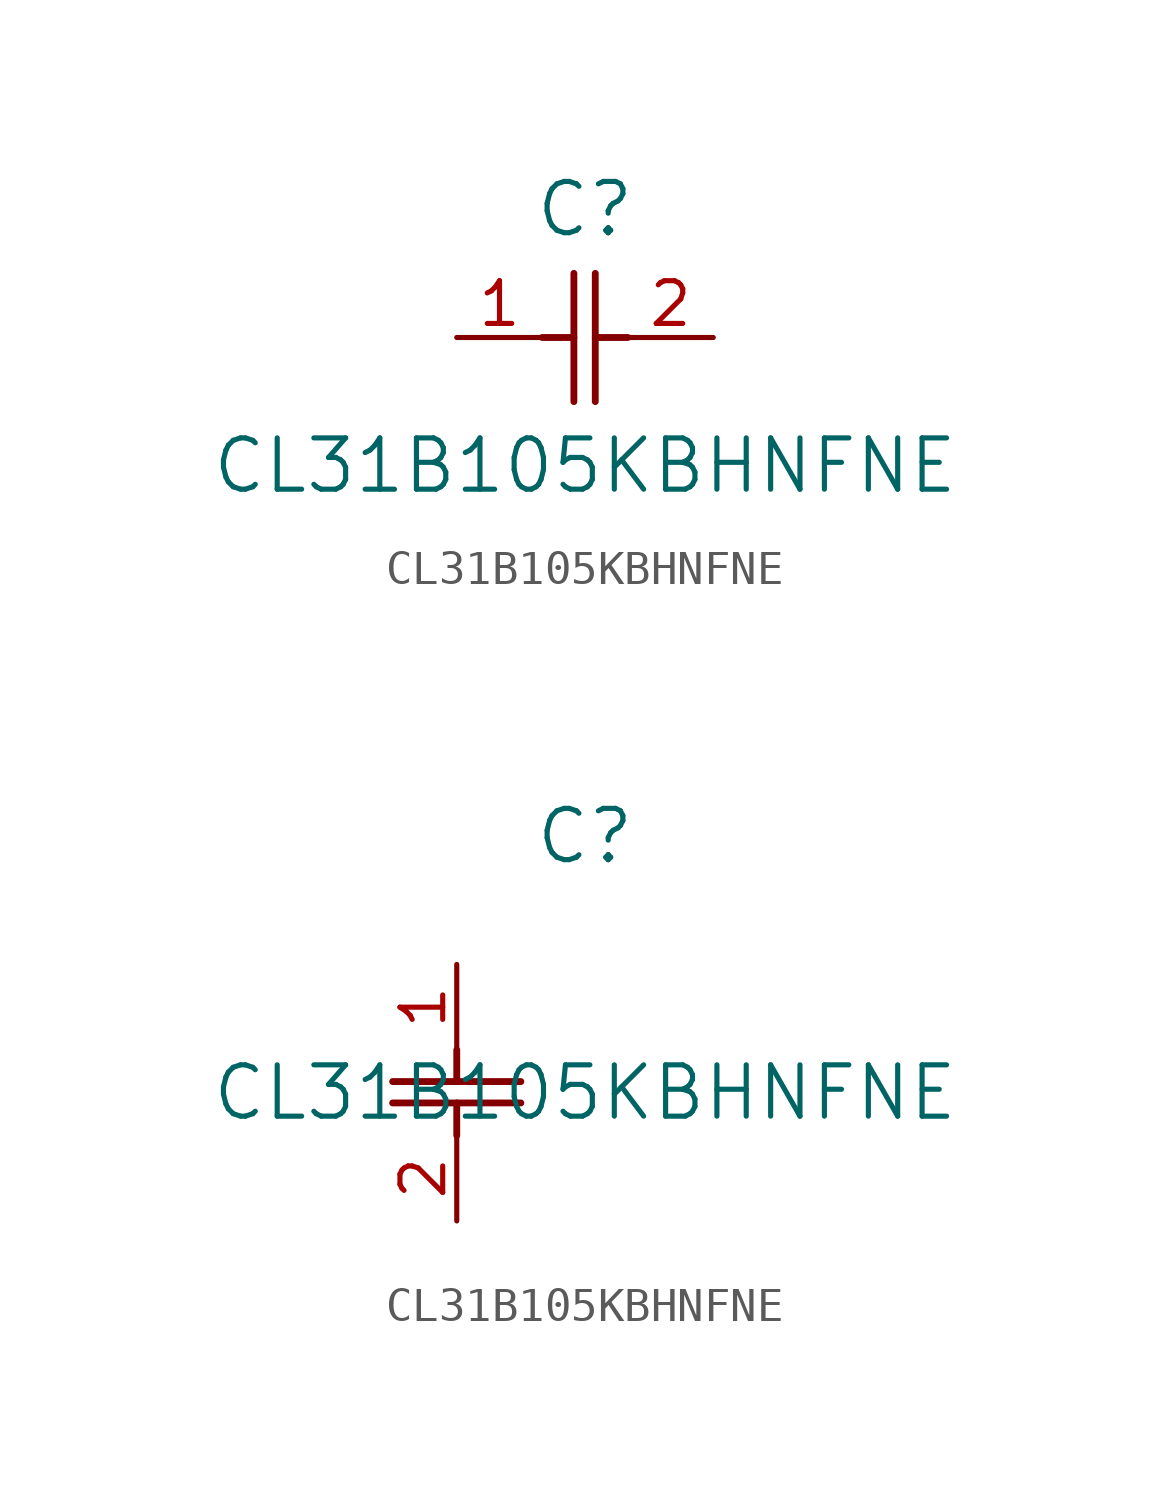
<source format=kicad_sym>
(kicad_symbol_lib
  (version 20211014)
  (generator kicad_symbol_editor)
  (symbol "CL31B105KBHNFNE"
    (pin_names
      (offset 0.254))
    (property "Reference" "C"
      (at 3.81 3.81 0)
      (effects (font (size 1.524 1.524))))
    (property "Value" "CL31B105KBHNFNE"
      (at 3.81 -3.81 0)
      (effects (font (size 1.524 1.524))))
    (symbol "CL31B105KBHNFNE_1_1"
      (polyline (pts (xy 3.48 -1.905) (xy 3.48 1.905)) (stroke (width 0.203) (type default) (color 0 0 0 0)) (fill (type none)))
      (polyline (pts (xy 4.115 -1.905) (xy 4.115 1.905)) (stroke (width 0.203) (type default) (color 0 0 0 0)) (fill (type none)))
      (polyline (pts (xy 4.115 0) (xy 5.08 0)) (stroke (width 0.203) (type default) (color 0 0 0 0)) (fill (type none)))
      (polyline (pts (xy 2.54 0) (xy 3.48 0)) (stroke (width 0.203) (type default) (color 0 0 0 0)) (fill (type none)))
      (pin unspecified line (at 0 0 0) (length 2.54) (name "" (effects (font (size 1.27 1.27)))) (number "1" (effects (font (size 1.27 1.27)))))
      (pin unspecified line (at 7.62 0 180) (length 2.54) (name "" (effects (font (size 1.27 1.27)))) (number "2" (effects (font (size 1.27 1.27))))))
    (symbol "CL31B105KBHNFNE_1_2"
      (polyline (pts (xy -1.905 -3.48) (xy 1.905 -3.48)) (stroke (width 0.203) (type default) (color 0 0 0 0)) (fill (type none)))
      (polyline (pts (xy -1.905 -4.115) (xy 1.905 -4.115)) (stroke (width 0.203) (type default) (color 0 0 0 0)) (fill (type none)))
      (polyline (pts (xy 0 -4.115) (xy 0 -5.08)) (stroke (width 0.203) (type default) (color 0 0 0 0)) (fill (type none)))
      (polyline (pts (xy 0 -2.54) (xy 0 -3.48)) (stroke (width 0.203) (type default) (color 0 0 0 0)) (fill (type none)))
      (pin unspecified line (at 0 0 270) (length 2.54) (name "" (effects (font (size 1.27 1.27)))) (number "1" (effects (font (size 1.27 1.27)))))
      (pin unspecified line (at 0 -7.62 90) (length 2.54) (name "" (effects (font (size 1.27 1.27)))) (number "2" (effects (font (size 1.27 1.27))))))))
</source>
